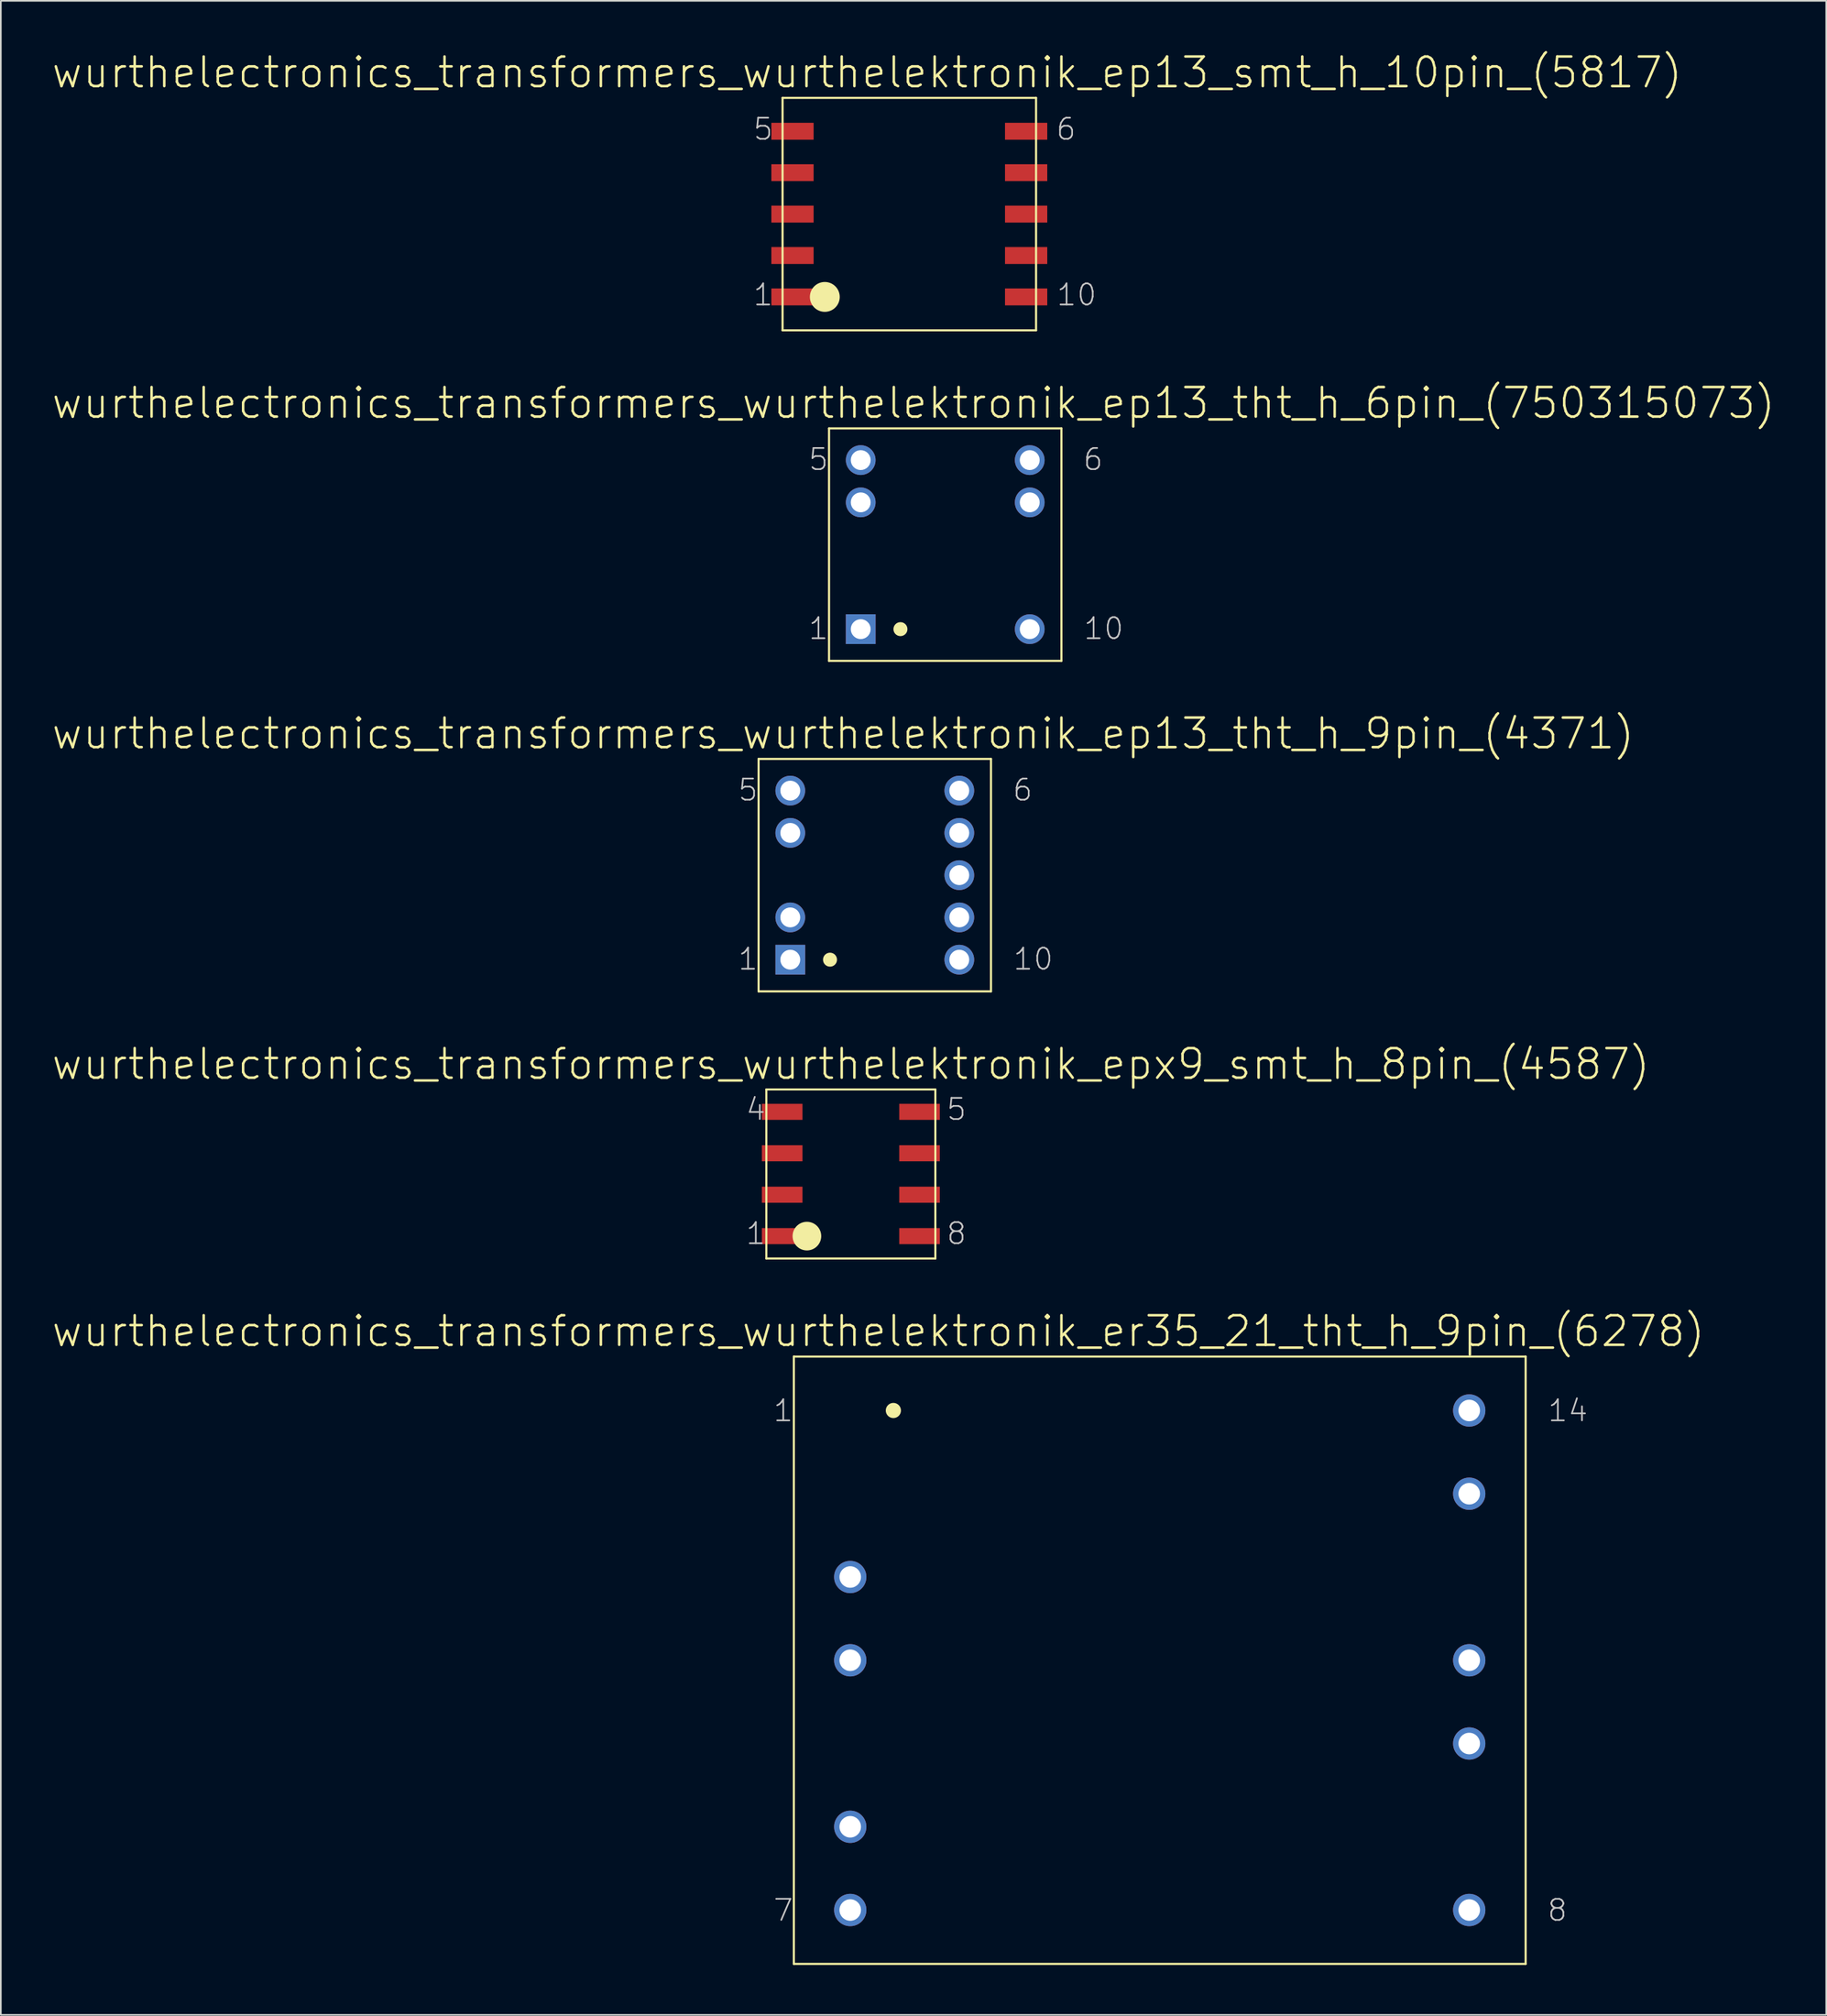
<source format=kicad_pcb>
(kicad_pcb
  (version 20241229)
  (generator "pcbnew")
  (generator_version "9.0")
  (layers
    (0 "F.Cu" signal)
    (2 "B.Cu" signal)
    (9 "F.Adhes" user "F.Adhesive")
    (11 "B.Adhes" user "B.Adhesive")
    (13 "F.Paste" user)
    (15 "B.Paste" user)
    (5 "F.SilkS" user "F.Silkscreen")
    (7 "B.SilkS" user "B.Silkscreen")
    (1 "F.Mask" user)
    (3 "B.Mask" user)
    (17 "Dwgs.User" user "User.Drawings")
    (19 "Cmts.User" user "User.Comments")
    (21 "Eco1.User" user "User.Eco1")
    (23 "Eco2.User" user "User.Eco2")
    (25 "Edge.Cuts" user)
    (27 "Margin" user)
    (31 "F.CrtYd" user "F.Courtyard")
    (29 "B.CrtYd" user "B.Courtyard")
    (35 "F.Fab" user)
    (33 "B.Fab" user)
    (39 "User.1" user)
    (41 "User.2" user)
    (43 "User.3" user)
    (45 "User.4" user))
  (footprint "wurthelectronics_transformers_wurthelektronik_ep13_tht_h_6pin_(750315073)"
    (layer "F.Cu")
    (at 53.772 29.682)
    (property "Reference" "wurthelectronics_transformers_wurthelektronik_ep13_tht_h_6pin_(750315073)" (at -1.905 -8.509 0) (layer "F.SilkS") (effects (font (size 1.778 1.778) (thickness 0.152))))
    (attr exclude_from_pos_files exclude_from_bom)
    (fp_line (start -6.985 -6.985) (end -6.985 6.985) (stroke (width 0.127) (type solid)) (layer "F.SilkS"))
    (fp_line (start -6.985 -6.985) (end 6.985 -6.985) (stroke (width 0.127) (type solid)) (layer "F.SilkS"))
    (fp_line (start -6.985 6.985) (end 6.985 6.985) (stroke (width 0.127) (type solid)) (layer "F.SilkS"))
    (fp_line (start 6.985 -6.985) (end 6.985 6.985) (stroke (width 0.127) (type solid)) (layer "F.SilkS"))
    (fp_circle (center -2.692 5.08) (end -2.99 5.377) (stroke (width 0) (type solid)) (fill yes) (layer "F.SilkS"))
    (fp_text user "1" (at -7.62 5.042 0) (layer "Dwgs.User") (effects (font (size 1.27 1.27) (thickness 0.102))))
    (fp_text user "5" (at -7.62 -5.118 0) (layer "Dwgs.User") (effects (font (size 1.27 1.27) (thickness 0.102))))
    (fp_text user "10" (at 9.525 5.042 0) (layer "Dwgs.User") (effects (font (size 1.27 1.27) (thickness 0.102))))
    (fp_text user "6" (at 8.89 -5.118 0) (layer "Dwgs.User") (effects (font (size 1.27 1.27) (thickness 0.102))))
    (pad "1" thru_hole rect (at -5.08 5.08) (size 1.788 1.788) (drill 1.194) (layers "*.Cu" "*.Paste" "*.Mask"))
    (pad "4" thru_hole circle (at -5.08 -2.54) (size 1.788 1.788) (drill 1.194) (layers "*.Cu" "*.Paste" "*.Mask"))
    (pad "5" thru_hole circle (at -5.08 -5.08) (size 1.788 1.788) (drill 1.194) (layers "*.Cu" "*.Paste" "*.Mask"))
    (pad "6" thru_hole circle (at 5.08 -5.08) (size 1.788 1.788) (drill 1.194) (layers "*.Cu" "*.Paste" "*.Mask"))
    (pad "7" thru_hole circle (at 5.08 -2.54) (size 1.788 1.788) (drill 1.194) (layers "*.Cu" "*.Paste" "*.Mask"))
    (pad "10" thru_hole circle (at 5.08 5.08) (size 1.788 1.788) (drill 1.194) (layers "*.Cu" "*.Paste" "*.Mask")))
  (footprint "wurthelectronics_transformers_wurthelektronik_ep13_tht_h_9pin_(4371)"
    (layer "F.Cu")
    (at 49.538 49.547)
    (property "Reference" "wurthelectronics_transformers_wurthelektronik_ep13_tht_h_9pin_(4371)" (at -1.905 -8.509 0) (layer "F.SilkS") (effects (font (size 1.778 1.778) (thickness 0.152))))
    (attr exclude_from_pos_files exclude_from_bom)
    (fp_line (start -6.985 -6.985) (end -6.985 6.985) (stroke (width 0.127) (type solid)) (layer "F.SilkS"))
    (fp_line (start -6.985 -6.985) (end 6.985 -6.985) (stroke (width 0.127) (type solid)) (layer "F.SilkS"))
    (fp_line (start -6.985 6.985) (end 6.985 6.985) (stroke (width 0.127) (type solid)) (layer "F.SilkS"))
    (fp_line (start 6.985 -6.985) (end 6.985 6.985) (stroke (width 0.127) (type solid)) (layer "F.SilkS"))
    (fp_circle (center -2.692 5.08) (end -2.99 5.377) (stroke (width 0) (type solid)) (fill yes) (layer "F.SilkS"))
    (fp_text user "5" (at -7.62 -5.118 0) (layer "Dwgs.User") (effects (font (size 1.27 1.27) (thickness 0.102))))
    (fp_text user "6" (at 8.89 -5.118 0) (layer "Dwgs.User") (effects (font (size 1.27 1.27) (thickness 0.102))))
    (fp_text user "1" (at -7.62 5.042 0) (layer "Dwgs.User") (effects (font (size 1.27 1.27) (thickness 0.102))))
    (fp_text user "10" (at 9.525 5.042 0) (layer "Dwgs.User") (effects (font (size 1.27 1.27) (thickness 0.102))))
    (pad "1" thru_hole rect (at -5.08 5.08) (size 1.788 1.788) (drill 1.194) (layers "*.Cu" "*.Paste" "*.Mask"))
    (pad "2" thru_hole circle (at -5.08 2.54) (size 1.788 1.788) (drill 1.194) (layers "*.Cu" "*.Paste" "*.Mask"))
    (pad "4" thru_hole circle (at -5.08 -2.54) (size 1.788 1.788) (drill 1.194) (layers "*.Cu" "*.Paste" "*.Mask"))
    (pad "5" thru_hole circle (at -5.08 -5.08) (size 1.788 1.788) (drill 1.194) (layers "*.Cu" "*.Paste" "*.Mask"))
    (pad "6" thru_hole circle (at 5.08 -5.08) (size 1.788 1.788) (drill 1.194) (layers "*.Cu" "*.Paste" "*.Mask"))
    (pad "7" thru_hole circle (at 5.08 -2.54) (size 1.788 1.788) (drill 1.194) (layers "*.Cu" "*.Paste" "*.Mask"))
    (pad "8" thru_hole circle (at 5.08 0) (size 1.788 1.788) (drill 1.194) (layers "*.Cu" "*.Paste" "*.Mask"))
    (pad "9" thru_hole circle (at 5.08 2.54) (size 1.788 1.788) (drill 1.194) (layers "*.Cu" "*.Paste" "*.Mask"))
    (pad "10" thru_hole circle (at 5.08 5.08) (size 1.788 1.788) (drill 1.194) (layers "*.Cu" "*.Paste" "*.Mask")))
  (footprint "wurthelectronics_transformers_wurthelektronik_epx9_smt_h_8pin_(4587)"
    (layer "F.Cu")
    (at 48.099 67.507)
    (property "Reference" "wurthelectronics_transformers_wurthelektronik_epx9_smt_h_8pin_(4587)" (at 0 -6.604 0) (layer "F.SilkS") (effects (font (size 1.778 1.778) (thickness 0.152))))
    (attr smd)
    (fp_line (start -5.08 -5.08) (end -5.08 5.08) (stroke (width 0.127) (type solid)) (layer "F.SilkS"))
    (fp_line (start -5.08 -5.08) (end 5.08 -5.08) (stroke (width 0.127) (type solid)) (layer "F.SilkS"))
    (fp_line (start -5.08 5.08) (end 5.08 5.08) (stroke (width 0.127) (type solid)) (layer "F.SilkS"))
    (fp_line (start 5.08 -5.08) (end 5.08 5.08) (stroke (width 0.127) (type solid)) (layer "F.SilkS"))
    (fp_circle (center -2.642 3.734) (end -3.251 4.343) (stroke (width 0) (type solid)) (fill yes) (layer "F.SilkS"))
    (fp_text user "8" (at 6.35 3.579 0) (layer "Dwgs.User") (effects (font (size 1.27 1.27) (thickness 0.102))))
    (fp_text user "4" (at -5.715 -3.886 0) (layer "Dwgs.User") (effects (font (size 1.27 1.27) (thickness 0.102))))
    (fp_text user "5" (at 6.35 -3.886 0) (layer "Dwgs.User") (effects (font (size 1.27 1.27) (thickness 0.102))))
    (fp_text user "1" (at -5.715 3.579 0) (layer "Dwgs.User") (effects (font (size 1.27 1.27) (thickness 0.102))))
    (pad "1" smd rect (at -4.128 3.734) (size 2.438 0.965) (layers "F.Cu" "F.Mask" "F.Paste"))
    (pad "2" smd rect (at -4.128 1.245) (size 2.438 0.965) (layers "F.Cu" "F.Mask" "F.Paste"))
    (pad "3" smd rect (at -4.128 -1.245) (size 2.438 0.965) (layers "F.Cu" "F.Mask" "F.Paste"))
    (pad "4" smd rect (at -4.128 -3.734) (size 2.438 0.965) (layers "F.Cu" "F.Mask" "F.Paste"))
    (pad "5" smd rect (at 4.128 -3.734) (size 2.438 0.965) (layers "F.Cu" "F.Mask" "F.Paste"))
    (pad "6" smd rect (at 4.128 -1.245) (size 2.438 0.965) (layers "F.Cu" "F.Mask" "F.Paste"))
    (pad "7" smd rect (at 4.128 1.245) (size 2.438 0.965) (layers "F.Cu" "F.Mask" "F.Paste"))
    (pad "8" smd rect (at 4.128 3.734) (size 2.438 0.965) (layers "F.Cu" "F.Mask" "F.Paste")))
  (footprint "wurthelectronics_transformers_wurthelektronik_ep13_smt_h_10pin_(5817)"
    (layer "F.Cu")
    (at 51.613 9.817)
    (property "Reference" "wurthelectronics_transformers_wurthelektronik_ep13_smt_h_10pin_(5817)" (at -2.54 -8.509 0) (layer "F.SilkS") (effects (font (size 1.778 1.778) (thickness 0.152))))
    (attr smd)
    (fp_line (start -7.62 -6.985) (end -7.62 6.985) (stroke (width 0.127) (type solid)) (layer "F.SilkS"))
    (fp_line (start -7.62 -6.985) (end 7.62 -6.985) (stroke (width 0.127) (type solid)) (layer "F.SilkS"))
    (fp_line (start -7.62 6.985) (end 7.62 6.985) (stroke (width 0.127) (type solid)) (layer "F.SilkS"))
    (fp_line (start 7.62 -6.985) (end 7.62 6.985) (stroke (width 0.127) (type solid)) (layer "F.SilkS"))
    (fp_circle (center -5.08 4.978) (end -5.715 5.613) (stroke (width 0) (type solid)) (fill yes) (layer "F.SilkS"))
    (fp_text user "5" (at -8.786 -5.105 0) (layer "Dwgs.User") (effects (font (size 1.27 1.27) (thickness 0.102))))
    (fp_text user "10" (at 10.058 4.851 0) (layer "Dwgs.User") (effects (font (size 1.27 1.27) (thickness 0.102))))
    (fp_text user "1" (at -8.786 4.851 0) (layer "Dwgs.User") (effects (font (size 1.27 1.27) (thickness 0.102))))
    (fp_text user "6" (at 9.423 -5.105 0) (layer "Dwgs.User") (effects (font (size 1.27 1.27) (thickness 0.102))))
    (pad "1" smd rect (at -7.023 4.978) (size 2.54 1.016) (layers "F.Cu" "F.Mask" "F.Paste"))
    (pad "2" smd rect (at -7.023 2.489) (size 2.54 1.016) (layers "F.Cu" "F.Mask" "F.Paste"))
    (pad "3" smd rect (at -7.023 0) (size 2.54 1.016) (layers "F.Cu" "F.Mask" "F.Paste"))
    (pad "4" smd rect (at -7.023 -2.489) (size 2.54 1.016) (layers "F.Cu" "F.Mask" "F.Paste"))
    (pad "5" smd rect (at -7.023 -4.978) (size 2.54 1.016) (layers "F.Cu" "F.Mask" "F.Paste"))
    (pad "6" smd rect (at 7.023 -4.978) (size 2.54 1.016) (layers "F.Cu" "F.Mask" "F.Paste"))
    (pad "7" smd rect (at 7.023 -2.489) (size 2.54 1.016) (layers "F.Cu" "F.Mask" "F.Paste"))
    (pad "8" smd rect (at 7.023 0) (size 2.54 1.016) (layers "F.Cu" "F.Mask" "F.Paste"))
    (pad "9" smd rect (at 7.023 2.489) (size 2.54 1.016) (layers "F.Cu" "F.Mask" "F.Paste"))
    (pad "10" smd rect (at 7.023 4.978) (size 2.54 1.016) (layers "F.Cu" "F.Mask" "F.Paste")))
  (footprint "wurthelectronics_transformers_wurthelektronik_er35_21_tht_h_9pin_(6278)"
    (layer "F.Cu")
    (at 66.667 96.732)
    (property "Reference" "wurthelectronics_transformers_wurthelektronik_er35_21_tht_h_9pin_(6278)" (at -16.916 -19.774 0) (layer "F.SilkS") (effects (font (size 1.778 1.778) (thickness 0.152))))
    (attr exclude_from_pos_files exclude_from_bom)
    (fp_line (start -21.996 -18.25) (end -21.996 18.25) (stroke (width 0.127) (type solid)) (layer "F.SilkS"))
    (fp_line (start -21.996 -18.25) (end 21.996 -18.25) (stroke (width 0.127) (type solid)) (layer "F.SilkS"))
    (fp_line (start -21.996 18.25) (end 21.996 18.25) (stroke (width 0.127) (type solid)) (layer "F.SilkS"))
    (fp_line (start 21.996 -18.25) (end 21.996 18.25) (stroke (width 0.127) (type solid)) (layer "F.SilkS"))
    (fp_circle (center -16.012 -15.011) (end -16.335 -15.334) (stroke (width 0) (type solid)) (fill yes) (layer "F.SilkS"))
    (fp_text user "7" (at -22.631 15.024 0) (layer "Dwgs.User") (effects (font (size 1.27 1.27) (thickness 0.102))))
    (fp_text user "1" (at -22.631 -14.999 0) (layer "Dwgs.User") (effects (font (size 1.27 1.27) (thickness 0.102))))
    (fp_text user "14" (at 24.536 -14.999 0) (layer "Dwgs.User") (effects (font (size 1.27 1.27) (thickness 0.102))))
    (fp_text user "8" (at 23.901 15.024 0) (layer "Dwgs.User") (effects (font (size 1.27 1.27) (thickness 0.102))))
    (pad "3" thru_hole circle (at -18.605 -5.004) (size 1.943 1.943) (drill 1.293) (layers "*.Cu" "*.Paste" "*.Mask"))
    (pad "4" thru_hole circle (at -18.605 0) (size 1.943 1.943) (drill 1.293) (layers "*.Cu" "*.Paste" "*.Mask"))
    (pad "6" thru_hole circle (at -18.605 10.008) (size 1.943 1.943) (drill 1.293) (layers "*.Cu" "*.Paste" "*.Mask"))
    (pad "7" thru_hole circle (at -18.605 15.011) (size 1.943 1.943) (drill 1.293) (layers "*.Cu" "*.Paste" "*.Mask"))
    (pad "8" thru_hole circle (at 18.605 15.011) (size 1.943 1.943) (drill 1.293) (layers "*.Cu" "*.Paste" "*.Mask"))
    (pad "10" thru_hole circle (at 18.605 5.004) (size 1.943 1.943) (drill 1.293) (layers "*.Cu" "*.Paste" "*.Mask"))
    (pad "11" thru_hole circle (at 18.605 0) (size 1.943 1.943) (drill 1.293) (layers "*.Cu" "*.Paste" "*.Mask"))
    (pad "13" thru_hole circle (at 18.605 -10.008) (size 1.943 1.943) (drill 1.293) (layers "*.Cu" "*.Paste" "*.Mask"))
    (pad "14" thru_hole circle (at 18.605 -15.011) (size 1.943 1.943) (drill 1.293) (layers "*.Cu" "*.Paste" "*.Mask")))
  (gr_rect
    (start -3 -3)
    (end 106.734 118.045)
    (stroke (width 0.1) (type default))
    (fill no)
    (layer "Edge.Cuts")))
</source>
